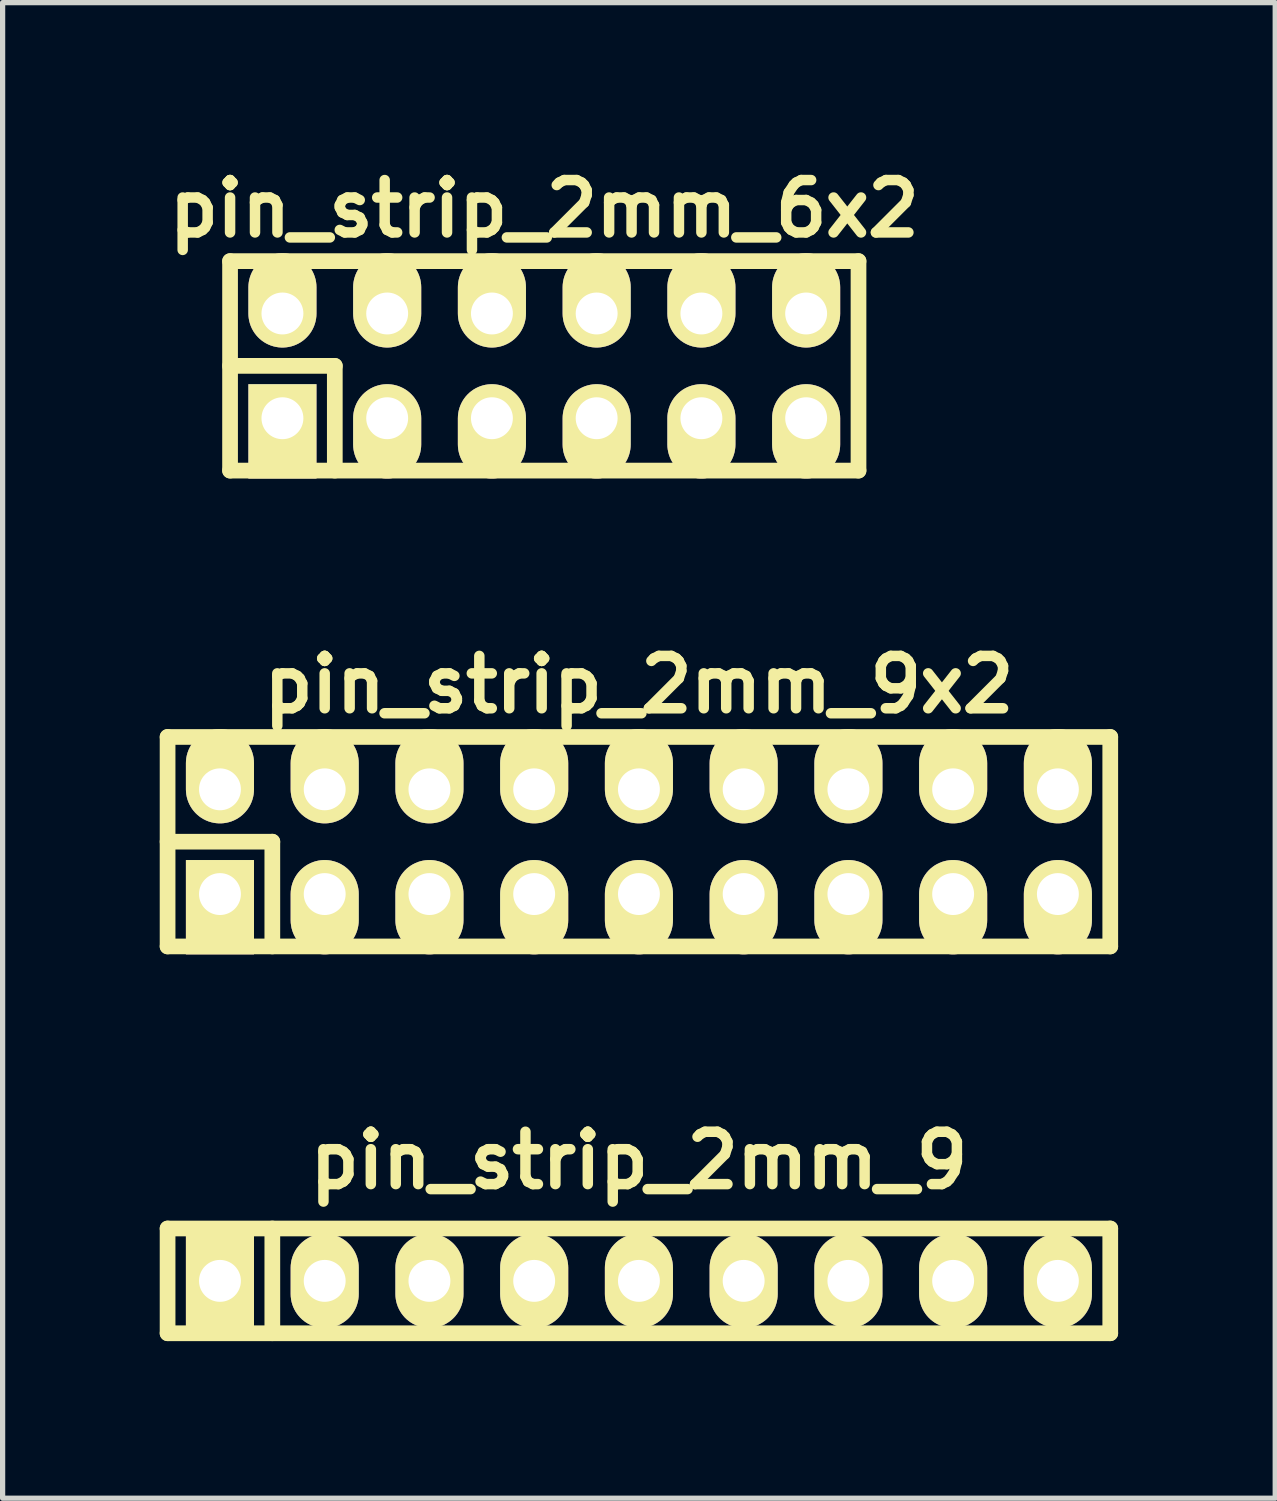
<source format=kicad_pcb>
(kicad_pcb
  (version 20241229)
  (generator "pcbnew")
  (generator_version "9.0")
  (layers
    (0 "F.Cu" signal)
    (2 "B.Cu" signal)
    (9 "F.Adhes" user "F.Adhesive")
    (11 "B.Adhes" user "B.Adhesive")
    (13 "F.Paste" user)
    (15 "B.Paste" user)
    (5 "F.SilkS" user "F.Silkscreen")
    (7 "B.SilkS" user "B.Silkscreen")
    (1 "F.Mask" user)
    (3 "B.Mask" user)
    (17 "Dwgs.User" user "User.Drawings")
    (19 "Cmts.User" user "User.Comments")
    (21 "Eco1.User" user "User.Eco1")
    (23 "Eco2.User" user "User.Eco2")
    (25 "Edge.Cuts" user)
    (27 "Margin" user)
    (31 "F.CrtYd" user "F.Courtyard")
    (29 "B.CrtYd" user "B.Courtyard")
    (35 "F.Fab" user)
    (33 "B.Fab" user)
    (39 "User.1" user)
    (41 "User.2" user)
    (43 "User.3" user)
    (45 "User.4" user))
  (footprint "pin_strip_2mm_9x2"
    (layer "F.Cu")
    (at 9.15 13.022)
    (property "Reference" "pin_strip_2mm_9x2" (at 0 -3 0) (layer "F.SilkS") (effects (font (size 1 1) (thickness 0.2))))
    (attr through_hole)
    (fp_line (start -9 -2) (end 9 -2) (stroke (width 0.3) (type solid)) (layer "F.SilkS"))
    (fp_line (start -9 0) (end -7 0) (stroke (width 0.3) (type solid)) (layer "F.SilkS"))
    (fp_line (start -9 2) (end -9 -2) (stroke (width 0.3) (type solid)) (layer "F.SilkS"))
    (fp_line (start -7 0) (end -7 2) (stroke (width 0.3) (type solid)) (layer "F.SilkS"))
    (fp_line (start 9 -2) (end 9 2) (stroke (width 0.3) (type solid)) (layer "F.SilkS"))
    (fp_line (start 9 2) (end -9 2) (stroke (width 0.3) (type solid)) (layer "F.SilkS"))
    (pad "1" thru_hole rect (at -8 1) (size 1.3 1.8) (drill 0.8 (offset 0 0.25)) (layers "*.Cu" "*.Mask" "F.SilkS"))
    (pad "2" thru_hole oval (at -8 -1) (size 1.3 1.8) (drill 0.8 (offset 0 -0.25)) (layers "*.Cu" "*.Mask" "F.SilkS"))
    (pad "3" thru_hole oval (at -6 1) (size 1.3 1.8) (drill 0.8 (offset 0 0.25)) (layers "*.Cu" "*.Mask" "F.SilkS"))
    (pad "4" thru_hole oval (at -6 -1) (size 1.3 1.8) (drill 0.8 (offset 0 -0.25)) (layers "*.Cu" "*.Mask" "F.SilkS"))
    (pad "5" thru_hole oval (at -4 1) (size 1.3 1.8) (drill 0.8 (offset 0 0.25)) (layers "*.Cu" "*.Mask" "F.SilkS"))
    (pad "6" thru_hole oval (at -4 -1) (size 1.3 1.8) (drill 0.8 (offset 0 -0.25)) (layers "*.Cu" "*.Mask" "F.SilkS"))
    (pad "7" thru_hole oval (at -2 1) (size 1.3 1.8) (drill 0.8 (offset 0 0.25)) (layers "*.Cu" "*.Mask" "F.SilkS"))
    (pad "8" thru_hole oval (at -2 -1) (size 1.3 1.8) (drill 0.8 (offset 0 -0.25)) (layers "*.Cu" "*.Mask" "F.SilkS"))
    (pad "9" thru_hole oval (at 0 1) (size 1.3 1.8) (drill 0.8 (offset 0 0.25)) (layers "*.Cu" "*.Mask" "F.SilkS"))
    (pad "10" thru_hole oval (at 0 -1) (size 1.3 1.8) (drill 0.8 (offset 0 -0.25)) (layers "*.Cu" "*.Mask" "F.SilkS"))
    (pad "11" thru_hole oval (at 2 1) (size 1.3 1.8) (drill 0.8 (offset 0 0.25)) (layers "*.Cu" "*.Mask" "F.SilkS"))
    (pad "12" thru_hole oval (at 2 -1) (size 1.3 1.8) (drill 0.8 (offset 0 -0.25)) (layers "*.Cu" "*.Mask" "F.SilkS"))
    (pad "13" thru_hole oval (at 4 1) (size 1.3 1.8) (drill 0.8 (offset 0 0.25)) (layers "*.Cu" "*.Mask" "F.SilkS"))
    (pad "14" thru_hole oval (at 4 -1) (size 1.3 1.8) (drill 0.8 (offset 0 -0.25)) (layers "*.Cu" "*.Mask" "F.SilkS"))
    (pad "15" thru_hole oval (at 6 1) (size 1.3 1.8) (drill 0.8 (offset 0 0.25)) (layers "*.Cu" "*.Mask" "F.SilkS"))
    (pad "16" thru_hole oval (at 6 -1) (size 1.3 1.8) (drill 0.8 (offset 0 -0.25)) (layers "*.Cu" "*.Mask" "F.SilkS"))
    (pad "17" thru_hole oval (at 8 1) (size 1.3 1.8) (drill 0.8 (offset 0 0.25)) (layers "*.Cu" "*.Mask" "F.SilkS"))
    (pad "18" thru_hole oval (at 8 -1) (size 1.3 1.8) (drill 0.8 (offset 0 -0.25)) (layers "*.Cu" "*.Mask" "F.SilkS")))
  (footprint "pin_strip_2mm_6x2"
    (layer "F.Cu")
    (at 7.343 3.936)
    (property "Reference" "pin_strip_2mm_6x2" (at 0 -3 0) (layer "F.SilkS") (effects (font (size 1 1) (thickness 0.2))))
    (attr through_hole)
    (fp_line (start -6 -2) (end 6 -2) (stroke (width 0.3) (type solid)) (layer "F.SilkS"))
    (fp_line (start -6 0) (end -4 0) (stroke (width 0.3) (type solid)) (layer "F.SilkS"))
    (fp_line (start -6 2) (end -6 -2) (stroke (width 0.3) (type solid)) (layer "F.SilkS"))
    (fp_line (start -4 0) (end -4 2) (stroke (width 0.3) (type solid)) (layer "F.SilkS"))
    (fp_line (start 6 -2) (end 6 2) (stroke (width 0.3) (type solid)) (layer "F.SilkS"))
    (fp_line (start 6 2) (end -6 2) (stroke (width 0.3) (type solid)) (layer "F.SilkS"))
    (pad "1" thru_hole rect (at -5 1) (size 1.3 1.8) (drill 0.8 (offset 0 0.25)) (layers "*.Cu" "*.Mask" "F.SilkS"))
    (pad "2" thru_hole oval (at -5 -1) (size 1.3 1.8) (drill 0.8 (offset 0 -0.25)) (layers "*.Cu" "*.Mask" "F.SilkS"))
    (pad "3" thru_hole oval (at -3 1) (size 1.3 1.8) (drill 0.8 (offset 0 0.25)) (layers "*.Cu" "*.Mask" "F.SilkS"))
    (pad "4" thru_hole oval (at -3 -1) (size 1.3 1.8) (drill 0.8 (offset 0 -0.25)) (layers "*.Cu" "*.Mask" "F.SilkS"))
    (pad "5" thru_hole oval (at -1 1) (size 1.3 1.8) (drill 0.8 (offset 0 0.25)) (layers "*.Cu" "*.Mask" "F.SilkS"))
    (pad "6" thru_hole oval (at -1 -1) (size 1.3 1.8) (drill 0.8 (offset 0 -0.25)) (layers "*.Cu" "*.Mask" "F.SilkS"))
    (pad "7" thru_hole oval (at 1 1) (size 1.3 1.8) (drill 0.8 (offset 0 0.25)) (layers "*.Cu" "*.Mask" "F.SilkS"))
    (pad "8" thru_hole oval (at 1 -1) (size 1.3 1.8) (drill 0.8 (offset 0 -0.25)) (layers "*.Cu" "*.Mask" "F.SilkS"))
    (pad "9" thru_hole oval (at 3 1) (size 1.3 1.8) (drill 0.8 (offset 0 0.25)) (layers "*.Cu" "*.Mask" "F.SilkS"))
    (pad "10" thru_hole oval (at 3 -1) (size 1.3 1.8) (drill 0.8 (offset 0 -0.25)) (layers "*.Cu" "*.Mask" "F.SilkS"))
    (pad "11" thru_hole oval (at 5 1) (size 1.3 1.8) (drill 0.8 (offset 0 0.25)) (layers "*.Cu" "*.Mask" "F.SilkS"))
    (pad "12" thru_hole oval (at 5 -1) (size 1.3 1.8) (drill 0.8 (offset 0 -0.25)) (layers "*.Cu" "*.Mask" "F.SilkS")))
  (footprint "pin_strip_2mm_9"
    (layer "F.Cu")
    (at 9.15 21.408)
    (property "Reference" "pin_strip_2mm_9" (at 0 -2.3 0) (layer "F.SilkS") (effects (font (size 1 1) (thickness 0.2))))
    (attr through_hole)
    (fp_line (start -9 -1) (end 9 -1) (stroke (width 0.3) (type solid)) (layer "F.SilkS"))
    (fp_line (start -9 1) (end -9 -1) (stroke (width 0.3) (type solid)) (layer "F.SilkS"))
    (fp_line (start -7 -1) (end -7 1) (stroke (width 0.3) (type solid)) (layer "F.SilkS"))
    (fp_line (start 9 -1) (end 9 1) (stroke (width 0.3) (type solid)) (layer "F.SilkS"))
    (fp_line (start 9 1) (end -9 1) (stroke (width 0.3) (type solid)) (layer "F.SilkS"))
    (pad "1" thru_hole rect (at -8 0) (size 1.3 1.8) (drill 0.8) (layers "*.Cu" "*.Mask" "F.SilkS"))
    (pad "2" thru_hole oval (at -6 0) (size 1.3 1.8) (drill 0.8) (layers "*.Cu" "*.Mask" "F.SilkS"))
    (pad "3" thru_hole oval (at -4 0) (size 1.3 1.8) (drill 0.8) (layers "*.Cu" "*.Mask" "F.SilkS"))
    (pad "4" thru_hole oval (at -2 0) (size 1.3 1.8) (drill 0.8) (layers "*.Cu" "*.Mask" "F.SilkS"))
    (pad "5" thru_hole oval (at 0 0) (size 1.3 1.8) (drill 0.8) (layers "*.Cu" "*.Mask" "F.SilkS"))
    (pad "6" thru_hole oval (at 2 0) (size 1.3 1.8) (drill 0.8) (layers "*.Cu" "*.Mask" "F.SilkS"))
    (pad "7" thru_hole oval (at 4 0) (size 1.3 1.8) (drill 0.8) (layers "*.Cu" "*.Mask" "F.SilkS"))
    (pad "8" thru_hole oval (at 6 0) (size 1.3 1.8) (drill 0.8) (layers "*.Cu" "*.Mask" "F.SilkS"))
    (pad "9" thru_hole oval (at 8 0) (size 1.3 1.8) (drill 0.8) (layers "*.Cu" "*.Mask" "F.SilkS")))
  (gr_rect
    (start -3 -3)
    (end 21.3 25.558)
    (stroke (width 0.1) (type default))
    (fill no)
    (layer "Edge.Cuts")))
</source>
